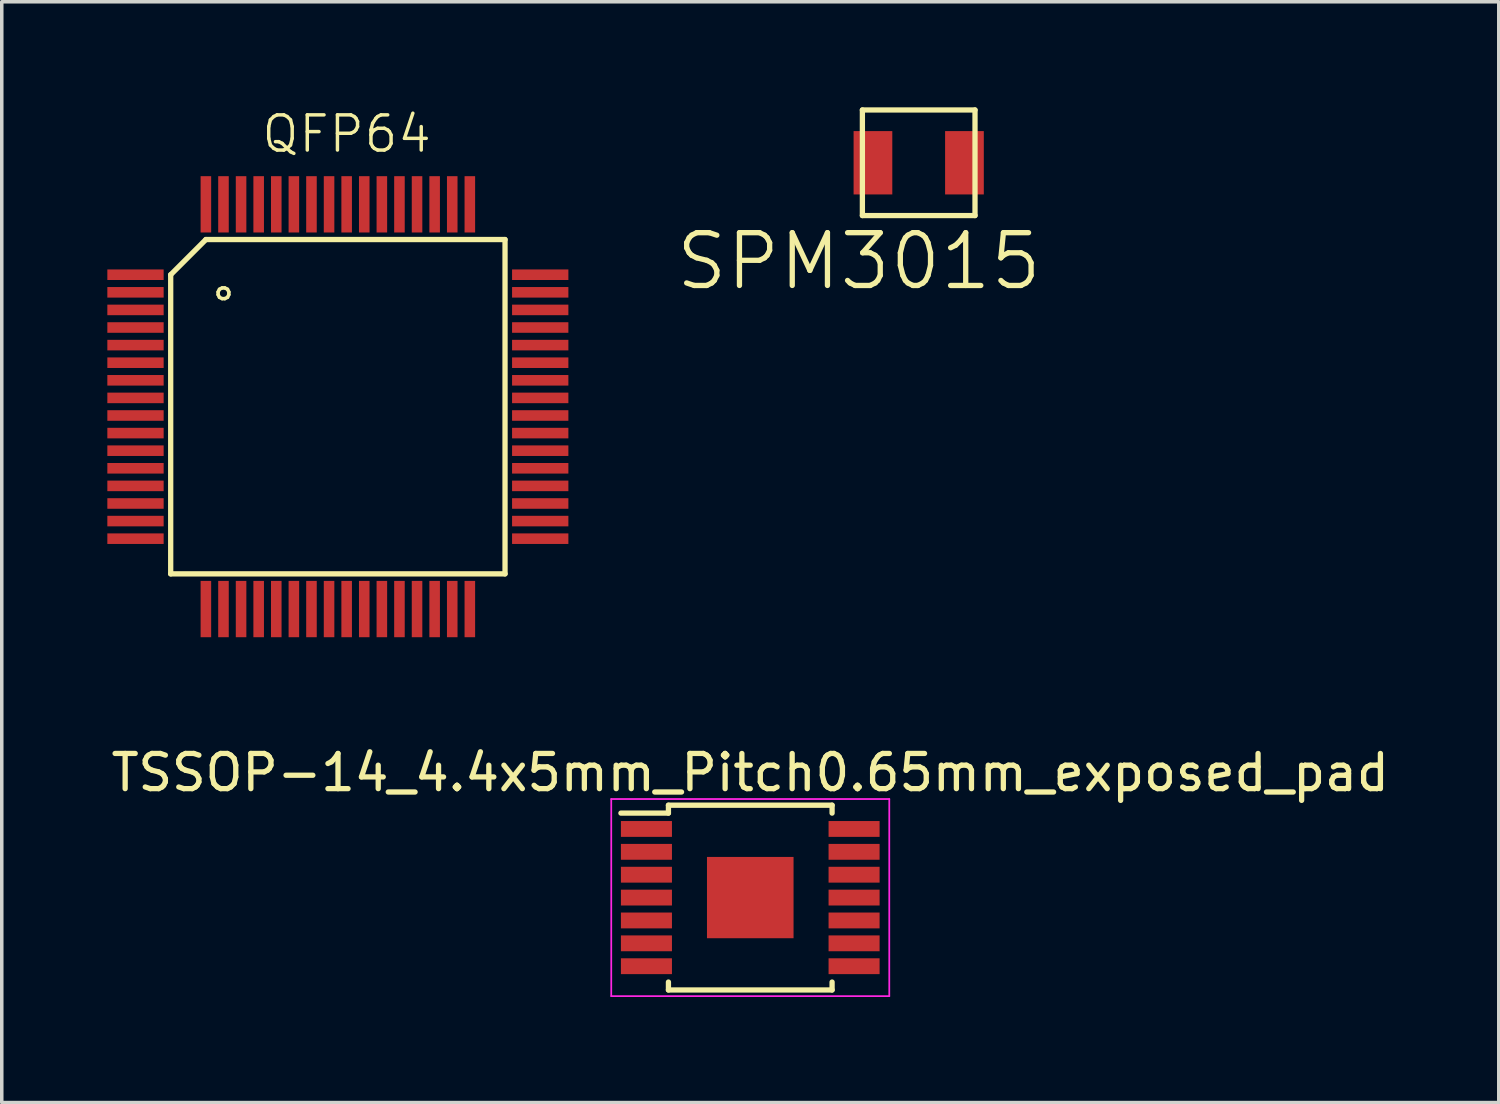
<source format=kicad_pcb>
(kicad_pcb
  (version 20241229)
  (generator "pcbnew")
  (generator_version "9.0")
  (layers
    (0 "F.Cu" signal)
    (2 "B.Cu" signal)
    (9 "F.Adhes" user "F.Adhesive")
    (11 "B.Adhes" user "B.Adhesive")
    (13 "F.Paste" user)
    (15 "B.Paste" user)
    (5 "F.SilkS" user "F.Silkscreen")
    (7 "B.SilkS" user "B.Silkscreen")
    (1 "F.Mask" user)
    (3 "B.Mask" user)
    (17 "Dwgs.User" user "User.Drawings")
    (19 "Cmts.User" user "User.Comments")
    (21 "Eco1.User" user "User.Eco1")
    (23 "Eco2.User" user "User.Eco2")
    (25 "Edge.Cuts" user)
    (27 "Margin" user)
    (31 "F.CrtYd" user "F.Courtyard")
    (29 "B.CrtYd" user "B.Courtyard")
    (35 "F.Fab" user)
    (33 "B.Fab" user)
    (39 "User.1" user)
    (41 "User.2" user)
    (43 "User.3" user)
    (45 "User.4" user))
  (footprint "SPM3015"
    (layer "F.Cu")
    (at 21.754 1.575)
    (property "Reference" "SPM3015" (at -0.4 2.8 0) (layer "F.SilkS") (effects (font (size 1.5 1.5) (thickness 0.15))))
    (attr through_hole)
    (fp_line (start -0.3 -1.5) (end -0.3 1.5) (stroke (width 0.15) (type solid)) (layer "F.SilkS"))
    (fp_line (start -0.3 -1.5) (end 2.9 -1.5) (stroke (width 0.15) (type solid)) (layer "F.SilkS"))
    (fp_line (start -0.3 1.5) (end 2.9 1.5) (stroke (width 0.15) (type solid)) (layer "F.SilkS"))
    (fp_line (start 2.9 1.5) (end 2.9 -1.5) (stroke (width 0.15) (type solid)) (layer "F.SilkS"))
    (pad "1" smd rect (at 0 0) (size 1.1 1.8) (layers "F.Cu" "F.Mask" "F.Paste"))
    (pad "2" smd rect (at 2.6 0) (size 1.1 1.8) (layers "F.Cu" "F.Mask" "F.Paste")))
  (footprint "QFP64"
    (layer "F.Cu")
    (at 0.8 14.256)
    (property "Reference" "QFP64" (at 6 -13.5 0) (layer "F.SilkS") (effects (font (size 1 1) (thickness 0.098))))
    (attr smd)
    (fp_line (start 1 -9.5) (end 2 -10.5) (stroke (width 0.15) (type solid)) (layer "F.SilkS"))
    (fp_line (start 1 -1) (end 1 -9.5) (stroke (width 0.15) (type solid)) (layer "F.SilkS"))
    (fp_line (start 2 -10.5) (end 10.5 -10.5) (stroke (width 0.15) (type solid)) (layer "F.SilkS"))
    (fp_line (start 10.5 -10.5) (end 10.5 -1) (stroke (width 0.15) (type solid)) (layer "F.SilkS"))
    (fp_line (start 10.5 -1) (end 1 -1) (stroke (width 0.15) (type solid)) (layer "F.SilkS"))
    (fp_text user "○" (at 2.5 -9 0) (layer "F.SilkS") (effects (font (size 0.4 0.4) (thickness 0.1))))
    (pad "1" smd rect (at 0 -9.5) (size 1.6 0.3) (layers "F.Cu" "F.Mask"))
    (pad "2" smd rect (at 0 -9) (size 1.6 0.3) (layers "F.Cu" "F.Mask"))
    (pad "3" smd rect (at 0 -8.5) (size 1.6 0.3) (layers "F.Cu" "F.Mask"))
    (pad "4" smd rect (at 0 -8) (size 1.6 0.3) (layers "F.Cu" "F.Mask"))
    (pad "5" smd rect (at 0 -7.5) (size 1.6 0.3) (layers "F.Cu" "F.Mask"))
    (pad "6" smd rect (at 0 -7) (size 1.6 0.3) (layers "F.Cu" "F.Mask"))
    (pad "7" smd rect (at 0 -6.5) (size 1.6 0.3) (layers "F.Cu" "F.Mask"))
    (pad "8" smd rect (at 0 -6) (size 1.6 0.3) (layers "F.Cu" "F.Mask"))
    (pad "9" smd rect (at 0 -5.5) (size 1.6 0.3) (layers "F.Cu" "F.Mask"))
    (pad "10" smd rect (at 0 -5) (size 1.6 0.3) (layers "F.Cu" "F.Mask"))
    (pad "11" smd rect (at 0 -4.5) (size 1.6 0.3) (layers "F.Cu" "F.Mask"))
    (pad "12" smd rect (at 0 -4) (size 1.6 0.3) (layers "F.Cu" "F.Mask"))
    (pad "13" smd rect (at 0 -3.5) (size 1.6 0.3) (layers "F.Cu" "F.Mask"))
    (pad "14" smd rect (at 0 -3) (size 1.6 0.3) (layers "F.Cu" "F.Mask"))
    (pad "15" smd rect (at 0 -2.5) (size 1.6 0.3) (layers "F.Cu" "F.Mask"))
    (pad "16" smd rect (at 0 -2) (size 1.6 0.3) (layers "F.Cu" "F.Mask"))
    (pad "17" smd rect (at 2 0 90) (size 1.6 0.3) (layers "F.Cu" "F.Mask"))
    (pad "18" smd rect (at 2.5 0 90) (size 1.6 0.3) (layers "F.Cu" "F.Mask"))
    (pad "19" smd rect (at 3 0 90) (size 1.6 0.3) (layers "F.Cu" "F.Mask"))
    (pad "20" smd rect (at 3.5 0 90) (size 1.6 0.3) (layers "F.Cu" "F.Mask"))
    (pad "21" smd rect (at 4 0 90) (size 1.6 0.3) (layers "F.Cu" "F.Mask"))
    (pad "22" smd rect (at 4.5 0 90) (size 1.6 0.3) (layers "F.Cu" "F.Mask"))
    (pad "23" smd rect (at 5 0 90) (size 1.6 0.3) (layers "F.Cu" "F.Mask"))
    (pad "24" smd rect (at 5.5 0 90) (size 1.6 0.3) (layers "F.Cu" "F.Mask"))
    (pad "25" smd rect (at 6 0 90) (size 1.6 0.3) (layers "F.Cu" "F.Mask"))
    (pad "26" smd rect (at 6.5 0 90) (size 1.6 0.3) (layers "F.Cu" "F.Mask"))
    (pad "27" smd rect (at 7 0 90) (size 1.6 0.3) (layers "F.Cu" "F.Mask"))
    (pad "28" smd rect (at 7.5 0 90) (size 1.6 0.3) (layers "F.Cu" "F.Mask"))
    (pad "29" smd rect (at 8 0 90) (size 1.6 0.3) (layers "F.Cu" "F.Mask"))
    (pad "30" smd rect (at 8.5 0 90) (size 1.6 0.3) (layers "F.Cu" "F.Mask"))
    (pad "31" smd rect (at 9 0 90) (size 1.6 0.3) (layers "F.Cu" "F.Mask"))
    (pad "32" smd rect (at 9.5 0 90) (size 1.6 0.3) (layers "F.Cu" "F.Mask"))
    (pad "33" smd rect (at 11.5 -2) (size 1.6 0.3) (layers "F.Cu" "F.Mask"))
    (pad "34" smd rect (at 11.5 -2.5) (size 1.6 0.3) (layers "F.Cu" "F.Mask"))
    (pad "35" smd rect (at 11.5 -3) (size 1.6 0.3) (layers "F.Cu" "F.Mask"))
    (pad "36" smd rect (at 11.5 -3.5) (size 1.6 0.3) (layers "F.Cu" "F.Mask"))
    (pad "37" smd rect (at 11.5 -4) (size 1.6 0.3) (layers "F.Cu" "F.Mask"))
    (pad "38" smd rect (at 11.5 -4.5) (size 1.6 0.3) (layers "F.Cu" "F.Mask"))
    (pad "39" smd rect (at 11.5 -5) (size 1.6 0.3) (layers "F.Cu" "F.Mask"))
    (pad "40" smd rect (at 11.5 -5.5) (size 1.6 0.3) (layers "F.Cu" "F.Mask"))
    (pad "41" smd rect (at 11.5 -6) (size 1.6 0.3) (layers "F.Cu" "F.Mask"))
    (pad "42" smd rect (at 11.5 -6.5) (size 1.6 0.3) (layers "F.Cu" "F.Mask"))
    (pad "43" smd rect (at 11.5 -7) (size 1.6 0.3) (layers "F.Cu" "F.Mask"))
    (pad "44" smd rect (at 11.5 -7.5) (size 1.6 0.3) (layers "F.Cu" "F.Mask"))
    (pad "45" smd rect (at 11.5 -8) (size 1.6 0.3) (layers "F.Cu" "F.Mask"))
    (pad "46" smd rect (at 11.5 -8.5) (size 1.6 0.3) (layers "F.Cu" "F.Mask"))
    (pad "47" smd rect (at 11.5 -9) (size 1.6 0.3) (layers "F.Cu" "F.Mask"))
    (pad "48" smd rect (at 11.5 -9.5) (size 1.6 0.3) (layers "F.Cu" "F.Mask"))
    (pad "49" smd rect (at 9.5 -11.5 90) (size 1.6 0.3) (layers "F.Cu" "F.Mask"))
    (pad "50" smd rect (at 9 -11.5 90) (size 1.6 0.3) (layers "F.Cu" "F.Mask"))
    (pad "51" smd rect (at 8.5 -11.5 90) (size 1.6 0.3) (layers "F.Cu" "F.Mask"))
    (pad "52" smd rect (at 8 -11.5 90) (size 1.6 0.3) (layers "F.Cu" "F.Mask"))
    (pad "53" smd rect (at 7.5 -11.5 90) (size 1.6 0.3) (layers "F.Cu" "F.Mask"))
    (pad "54" smd rect (at 7 -11.5 90) (size 1.6 0.3) (layers "F.Cu" "F.Mask"))
    (pad "55" smd rect (at 6.5 -11.5 90) (size 1.6 0.3) (layers "F.Cu" "F.Mask"))
    (pad "56" smd rect (at 6 -11.5 90) (size 1.6 0.3) (layers "F.Cu" "F.Mask"))
    (pad "57" smd rect (at 5.5 -11.5 90) (size 1.6 0.3) (layers "F.Cu" "F.Mask"))
    (pad "58" smd rect (at 5 -11.5 90) (size 1.6 0.3) (layers "F.Cu" "F.Mask"))
    (pad "59" smd rect (at 4.5 -11.5 90) (size 1.6 0.3) (layers "F.Cu" "F.Mask"))
    (pad "60" smd rect (at 4 -11.5 90) (size 1.6 0.3) (layers "F.Cu" "F.Mask"))
    (pad "61" smd rect (at 3.5 -11.5 90) (size 1.6 0.3) (layers "F.Cu" "F.Mask"))
    (pad "62" smd rect (at 3 -11.5 90) (size 1.6 0.3) (layers "F.Cu" "F.Mask"))
    (pad "63" smd rect (at 2.5 -11.5 90) (size 1.6 0.3) (layers "F.Cu" "F.Mask"))
    (pad "64" smd rect (at 2 -11.5 90) (size 1.6 0.3) (layers "F.Cu" "F.Mask")))
  (footprint "TSSOP-14_4.4x5mm_Pitch0.65mm_exposed_pad"
    (layer "F.Cu")
    (at 18.268 22.454)
    (property "Reference" "TSSOP-14_4.4x5mm_Pitch0.65mm_exposed_pad" (at 0 -3.55 0) (layer "F.SilkS") (effects (font (size 1 1) (thickness 0.15))))
    (attr smd)
    (fp_line (start -2.325 -2.625) (end -2.325 -2.4) (stroke (width 0.15) (type solid)) (layer "F.SilkS"))
    (fp_line (start -2.325 -2.625) (end 2.325 -2.625) (stroke (width 0.15) (type solid)) (layer "F.SilkS"))
    (fp_line (start -2.325 -2.4) (end -3.675 -2.4) (stroke (width 0.15) (type solid)) (layer "F.SilkS"))
    (fp_line (start -2.325 2.625) (end -2.325 2.4) (stroke (width 0.15) (type solid)) (layer "F.SilkS"))
    (fp_line (start -2.325 2.625) (end 2.325 2.625) (stroke (width 0.15) (type solid)) (layer "F.SilkS"))
    (fp_line (start 2.325 -2.625) (end 2.325 -2.4) (stroke (width 0.15) (type solid)) (layer "F.SilkS"))
    (fp_line (start 2.325 2.625) (end 2.325 2.4) (stroke (width 0.15) (type solid)) (layer "F.SilkS"))
    (fp_line (start -3.95 -2.8) (end -3.95 2.8) (stroke (width 0.05) (type solid)) (layer "F.CrtYd"))
    (fp_line (start -3.95 -2.8) (end 3.95 -2.8) (stroke (width 0.05) (type solid)) (layer "F.CrtYd"))
    (fp_line (start -3.95 2.8) (end 3.95 2.8) (stroke (width 0.05) (type solid)) (layer "F.CrtYd"))
    (fp_line (start 3.95 -2.8) (end 3.95 2.8) (stroke (width 0.05) (type solid)) (layer "F.CrtYd"))
    (pad "1" smd rect (at -2.95 -1.95) (size 1.45 0.45) (layers "F.Cu" "F.Mask" "F.Paste"))
    (pad "2" smd rect (at -2.95 -1.3) (size 1.45 0.45) (layers "F.Cu" "F.Mask" "F.Paste"))
    (pad "3" smd rect (at -2.95 -0.65) (size 1.45 0.45) (layers "F.Cu" "F.Mask" "F.Paste"))
    (pad "4" smd rect (at -2.95 0) (size 1.45 0.45) (layers "F.Cu" "F.Mask" "F.Paste"))
    (pad "5" smd rect (at -2.95 0.65) (size 1.45 0.45) (layers "F.Cu" "F.Mask" "F.Paste"))
    (pad "6" smd rect (at -2.95 1.3) (size 1.45 0.45) (layers "F.Cu" "F.Mask" "F.Paste"))
    (pad "7" smd rect (at -2.95 1.95) (size 1.45 0.45) (layers "F.Cu" "F.Mask" "F.Paste"))
    (pad "8" smd rect (at 2.95 1.95) (size 1.45 0.45) (layers "F.Cu" "F.Mask" "F.Paste"))
    (pad "9" smd rect (at 2.95 1.3) (size 1.45 0.45) (layers "F.Cu" "F.Mask" "F.Paste"))
    (pad "10" smd rect (at 2.95 0.65) (size 1.45 0.45) (layers "F.Cu" "F.Mask" "F.Paste"))
    (pad "11" smd rect (at 2.95 0) (size 1.45 0.45) (layers "F.Cu" "F.Mask" "F.Paste"))
    (pad "12" smd rect (at 2.95 -0.65) (size 1.45 0.45) (layers "F.Cu" "F.Mask" "F.Paste"))
    (pad "13" smd rect (at 2.95 -1.3) (size 1.45 0.45) (layers "F.Cu" "F.Mask" "F.Paste"))
    (pad "14" smd rect (at 2.95 -1.95) (size 1.45 0.45) (layers "F.Cu" "F.Mask" "F.Paste"))
    (pad "15" smd rect (at 0 0) (size 2.46 2.31) (layers "F.Cu" "F.Mask" "F.Paste")))
  (gr_rect
    (start -3 -3)
    (end 39.536 28.279)
    (stroke (width 0.1) (type default))
    (fill no)
    (layer "Edge.Cuts")))
</source>
